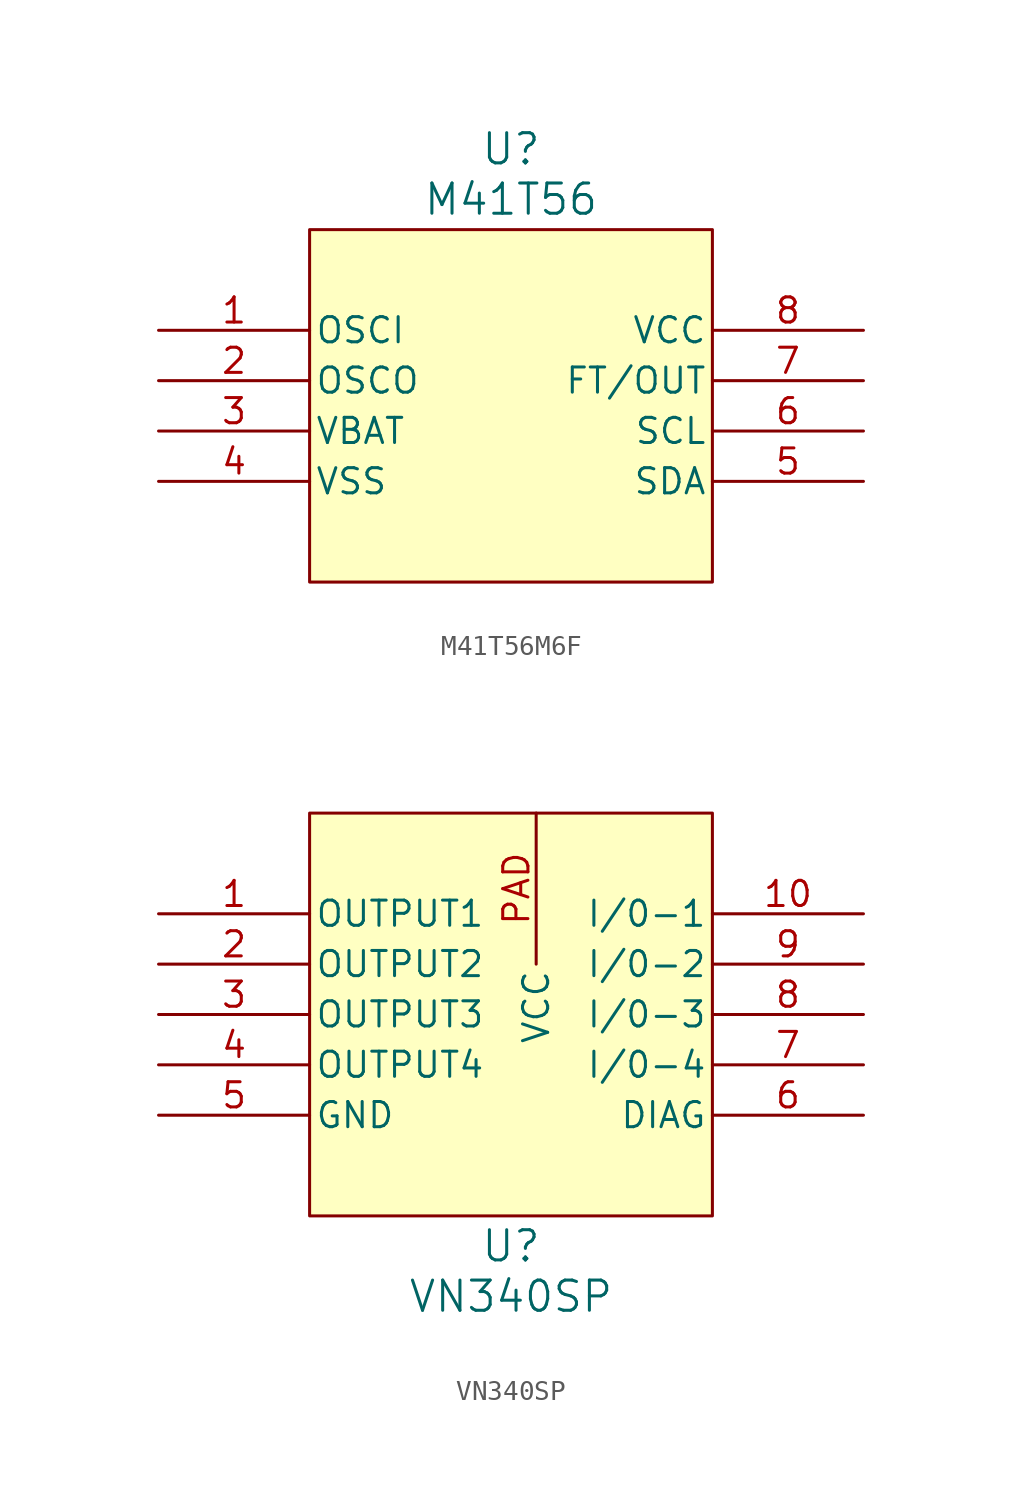
<source format=kicad_sym>
(kicad_symbol_lib
  (version 20241209)
  (generator "kicad_symbol_editor")
  (generator_version "9.0")
  (symbol "M41T56M6F"
    (pin_names
      (offset 0.254))
    (property "Reference" "U"
      (at 17.78 9.144 0)
      (effects (font (size 1.524 1.524))))
    (property "Value" "M41T56"
      (at 17.78 6.604 0)
      (effects (font (size 1.524 1.524))))
    (property "ki_locked" ""
      (at 0 0 0)
      (effects (font (size 1.27 1.27))))
    (symbol "M41T56M6F_0_1"
      (pin input line (at 0 0 0) (length 7.62) (name "OSCI" (effects (font (size 1.27 1.27)))) (number "1" (effects (font (size 1.27 1.27)))))
      (pin output line (at 0 -2.54 0) (length 7.62) (name "OSCO" (effects (font (size 1.27 1.27)))) (number "2" (effects (font (size 1.27 1.27)))))
      (pin power_in line (at 0 -5.08 0) (length 7.62) (name "VBAT" (effects (font (size 1.27 1.27)))) (number "3" (effects (font (size 1.27 1.27)))))
      (pin power_in line (at 0 -7.62 0) (length 7.62) (name "VSS" (effects (font (size 1.27 1.27)))) (number "4" (effects (font (size 1.27 1.27)))))
      (pin power_in line (at 35.56 0 180) (length 7.62) (name "VCC" (effects (font (size 1.27 1.27)))) (number "8" (effects (font (size 1.27 1.27)))))
      (pin bidirectional line (at 35.56 -2.54 180) (length 7.62) (name "FT/OUT" (effects (font (size 1.27 1.27)))) (number "7" (effects (font (size 1.27 1.27)))))
      (pin unspecified line (at 35.56 -5.08 180) (length 7.62) (name "SCL" (effects (font (size 1.27 1.27)))) (number "6" (effects (font (size 1.27 1.27)))))
      (pin bidirectional line (at 35.56 -7.62 180) (length 7.62) (name "SDA" (effects (font (size 1.27 1.27)))) (number "5" (effects (font (size 1.27 1.27))))))
    (symbol "M41T56M6F_1_1"
      (rectangle (start 7.62 5.08) (end 27.94 -12.7) (stroke (width 0) (type solid)) (fill (type background)))))
  (symbol "VN340SP"
    (pin_names
      (offset 0.254))
    (property "Reference" "U"
      (at 17.78 -16.764 0)
      (effects (font (size 1.524 1.524))))
    (property "Value" "VN340SP"
      (at 17.78 -19.304 0)
      (effects (font (size 1.524 1.524))))
    (symbol "VN340SP_1_1"
      (rectangle (start 7.62 5.08) (end 27.94 -15.24) (stroke (width 0) (type solid)) (fill (type background)))
      (pin power_out line (at 0 0 0) (length 7.62) (name "OUTPUT1" (effects (font (size 1.27 1.27)))) (number "1" (effects (font (size 1.27 1.27)))))
      (pin power_out line (at 0 -2.54 0) (length 7.62) (name "OUTPUT2" (effects (font (size 1.27 1.27)))) (number "2" (effects (font (size 1.27 1.27)))))
      (pin power_out line (at 0 -5.08 0) (length 7.62) (name "OUTPUT3" (effects (font (size 1.27 1.27)))) (number "3" (effects (font (size 1.27 1.27)))))
      (pin power_out line (at 0 -7.62 0) (length 7.62) (name "OUTPUT4" (effects (font (size 1.27 1.27)))) (number "4" (effects (font (size 1.27 1.27)))))
      (pin power_in line (at 0 -10.16 0) (length 7.62) (name "GND" (effects (font (size 1.27 1.27)))) (number "5" (effects (font (size 1.27 1.27)))))
      (pin power_in line (at 19.05 5.08 270) (length 7.62) (name "VCC" (effects (font (size 1.27 1.27)))) (number "PAD" (effects (font (size 1.27 1.27)))))
      (pin input line (at 35.56 0 180) (length 7.62) (name "I/0-1" (effects (font (size 1.27 1.27)))) (number "10" (effects (font (size 1.27 1.27)))))
      (pin input line (at 35.56 -2.54 180) (length 7.62) (name "I/0-2" (effects (font (size 1.27 1.27)))) (number "9" (effects (font (size 1.27 1.27)))))
      (pin input line (at 35.56 -5.08 180) (length 7.62) (name "I/0-3" (effects (font (size 1.27 1.27)))) (number "8" (effects (font (size 1.27 1.27)))))
      (pin input line (at 35.56 -7.62 180) (length 7.62) (name "I/0-4" (effects (font (size 1.27 1.27)))) (number "7" (effects (font (size 1.27 1.27)))))
      (pin output line (at 35.56 -10.16 180) (length 7.62) (name "DIAG" (effects (font (size 1.27 1.27)))) (number "6" (effects (font (size 1.27 1.27))))))))
</source>
